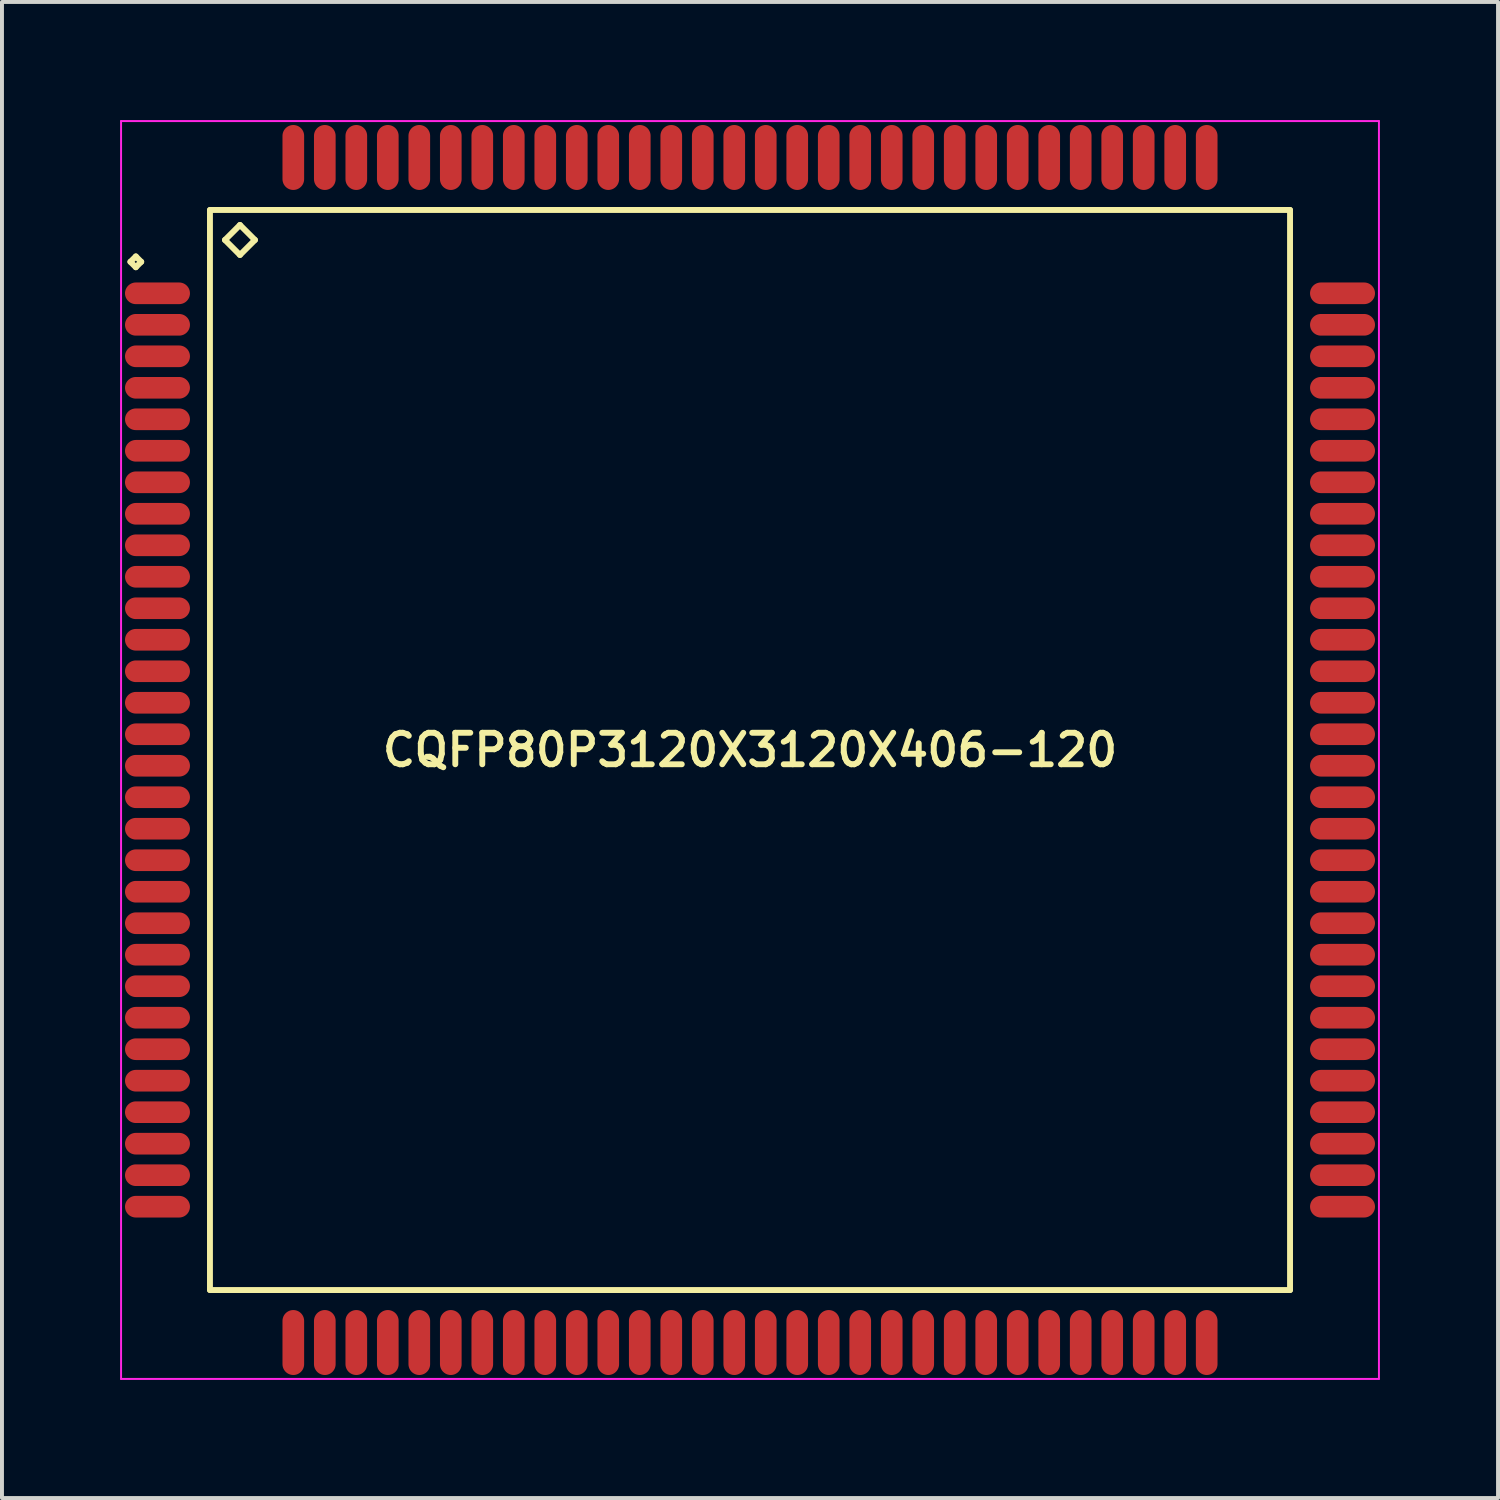
<source format=kicad_pcb>
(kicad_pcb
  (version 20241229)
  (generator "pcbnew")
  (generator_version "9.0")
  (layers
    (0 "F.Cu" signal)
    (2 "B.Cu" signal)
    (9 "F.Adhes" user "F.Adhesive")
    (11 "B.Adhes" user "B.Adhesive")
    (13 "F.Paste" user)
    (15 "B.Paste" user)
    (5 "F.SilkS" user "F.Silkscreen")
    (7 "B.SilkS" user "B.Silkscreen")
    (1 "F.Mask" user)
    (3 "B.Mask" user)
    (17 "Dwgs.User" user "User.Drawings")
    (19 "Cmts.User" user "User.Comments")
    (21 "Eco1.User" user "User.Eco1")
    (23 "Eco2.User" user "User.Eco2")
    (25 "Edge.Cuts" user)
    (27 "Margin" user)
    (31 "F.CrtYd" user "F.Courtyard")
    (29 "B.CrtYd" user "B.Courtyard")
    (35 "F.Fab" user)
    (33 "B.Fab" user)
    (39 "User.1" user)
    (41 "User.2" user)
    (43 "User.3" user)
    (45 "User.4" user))
  (footprint "CQFP80P3120X3120X406-120"
    (layer "F.Cu")
    (at 16 16)
    (property "Reference" "CQFP80P3120X3120X406-120" (at 0 0 0) (layer "F.SilkS") (effects (font (size 0.8 0.8) (thickness 0.15))))
    (attr smd)
    (fp_line (start -15.738 -12.4) (end -15.6 -12.537) (stroke (width 0.15) (type solid)) (layer "F.SilkS"))
    (fp_line (start -15.6 -12.537) (end -15.463 -12.4) (stroke (width 0.15) (type solid)) (layer "F.SilkS"))
    (fp_line (start -15.6 -12.262) (end -15.738 -12.4) (stroke (width 0.15) (type solid)) (layer "F.SilkS"))
    (fp_line (start -15.463 -12.4) (end -15.6 -12.262) (stroke (width 0.15) (type solid)) (layer "F.SilkS"))
    (fp_line (start -13.717 -13.717) (end -13.717 13.717) (stroke (width 0.15) (type solid)) (layer "F.SilkS"))
    (fp_line (start -13.717 13.717) (end 13.717 13.717) (stroke (width 0.15) (type solid)) (layer "F.SilkS"))
    (fp_line (start -13.336 -12.955) (end -12.955 -13.336) (stroke (width 0.15) (type solid)) (layer "F.SilkS"))
    (fp_line (start -12.955 -13.336) (end -12.574 -12.955) (stroke (width 0.15) (type solid)) (layer "F.SilkS"))
    (fp_line (start -12.955 -12.574) (end -13.336 -12.955) (stroke (width 0.15) (type solid)) (layer "F.SilkS"))
    (fp_line (start -12.574 -12.955) (end -12.955 -12.574) (stroke (width 0.15) (type solid)) (layer "F.SilkS"))
    (fp_line (start 13.717 -13.717) (end -13.717 -13.717) (stroke (width 0.15) (type solid)) (layer "F.SilkS"))
    (fp_line (start 13.717 13.717) (end 13.717 -13.717) (stroke (width 0.15) (type solid)) (layer "F.SilkS"))
    (fp_line (start -15.975 -15.975) (end 15.975 -15.975) (stroke (width 0.05) (type solid)) (layer "F.CrtYd"))
    (fp_line (start -15.975 15.975) (end -15.975 -15.975) (stroke (width 0.05) (type solid)) (layer "F.CrtYd"))
    (fp_line (start 15.975 -15.975) (end 15.975 15.975) (stroke (width 0.05) (type solid)) (layer "F.CrtYd"))
    (fp_line (start 15.975 15.975) (end -15.975 15.975) (stroke (width 0.05) (type solid)) (layer "F.CrtYd"))
    (pad "1" smd oval (at -15.05 -11.6) (size 1.65 0.55) (layers "F.Cu" "F.Mask" "F.Paste"))
    (pad "2" smd oval (at -15.05 -10.8) (size 1.65 0.55) (layers "F.Cu" "F.Mask" "F.Paste"))
    (pad "3" smd oval (at -15.05 -10) (size 1.65 0.55) (layers "F.Cu" "F.Mask" "F.Paste"))
    (pad "4" smd oval (at -15.05 -9.2) (size 1.65 0.55) (layers "F.Cu" "F.Mask" "F.Paste"))
    (pad "5" smd oval (at -15.05 -8.4) (size 1.65 0.55) (layers "F.Cu" "F.Mask" "F.Paste"))
    (pad "6" smd oval (at -15.05 -7.6) (size 1.65 0.55) (layers "F.Cu" "F.Mask" "F.Paste"))
    (pad "7" smd oval (at -15.05 -6.8) (size 1.65 0.55) (layers "F.Cu" "F.Mask" "F.Paste"))
    (pad "8" smd oval (at -15.05 -6) (size 1.65 0.55) (layers "F.Cu" "F.Mask" "F.Paste"))
    (pad "9" smd oval (at -15.05 -5.2) (size 1.65 0.55) (layers "F.Cu" "F.Mask" "F.Paste"))
    (pad "10" smd oval (at -15.05 -4.4) (size 1.65 0.55) (layers "F.Cu" "F.Mask" "F.Paste"))
    (pad "11" smd oval (at -15.05 -3.6) (size 1.65 0.55) (layers "F.Cu" "F.Mask" "F.Paste"))
    (pad "12" smd oval (at -15.05 -2.8) (size 1.65 0.55) (layers "F.Cu" "F.Mask" "F.Paste"))
    (pad "13" smd oval (at -15.05 -2) (size 1.65 0.55) (layers "F.Cu" "F.Mask" "F.Paste"))
    (pad "14" smd oval (at -15.05 -1.2) (size 1.65 0.55) (layers "F.Cu" "F.Mask" "F.Paste"))
    (pad "15" smd oval (at -15.05 -0.4) (size 1.65 0.55) (layers "F.Cu" "F.Mask" "F.Paste"))
    (pad "16" smd oval (at -15.05 0.4) (size 1.65 0.55) (layers "F.Cu" "F.Mask" "F.Paste"))
    (pad "17" smd oval (at -15.05 1.2) (size 1.65 0.55) (layers "F.Cu" "F.Mask" "F.Paste"))
    (pad "18" smd oval (at -15.05 2) (size 1.65 0.55) (layers "F.Cu" "F.Mask" "F.Paste"))
    (pad "19" smd oval (at -15.05 2.8) (size 1.65 0.55) (layers "F.Cu" "F.Mask" "F.Paste"))
    (pad "20" smd oval (at -15.05 3.6) (size 1.65 0.55) (layers "F.Cu" "F.Mask" "F.Paste"))
    (pad "21" smd oval (at -15.05 4.4) (size 1.65 0.55) (layers "F.Cu" "F.Mask" "F.Paste"))
    (pad "22" smd oval (at -15.05 5.2) (size 1.65 0.55) (layers "F.Cu" "F.Mask" "F.Paste"))
    (pad "23" smd oval (at -15.05 6) (size 1.65 0.55) (layers "F.Cu" "F.Mask" "F.Paste"))
    (pad "24" smd oval (at -15.05 6.8) (size 1.65 0.55) (layers "F.Cu" "F.Mask" "F.Paste"))
    (pad "25" smd oval (at -15.05 7.6) (size 1.65 0.55) (layers "F.Cu" "F.Mask" "F.Paste"))
    (pad "26" smd oval (at -15.05 8.4) (size 1.65 0.55) (layers "F.Cu" "F.Mask" "F.Paste"))
    (pad "27" smd oval (at -15.05 9.2) (size 1.65 0.55) (layers "F.Cu" "F.Mask" "F.Paste"))
    (pad "28" smd oval (at -15.05 10) (size 1.65 0.55) (layers "F.Cu" "F.Mask" "F.Paste"))
    (pad "29" smd oval (at -15.05 10.8) (size 1.65 0.55) (layers "F.Cu" "F.Mask" "F.Paste"))
    (pad "30" smd oval (at -15.05 11.6) (size 1.65 0.55) (layers "F.Cu" "F.Mask" "F.Paste"))
    (pad "31" smd oval (at -11.6 15.05) (size 0.55 1.65) (layers "F.Cu" "F.Mask" "F.Paste"))
    (pad "32" smd oval (at -10.8 15.05) (size 0.55 1.65) (layers "F.Cu" "F.Mask" "F.Paste"))
    (pad "33" smd oval (at -10 15.05) (size 0.55 1.65) (layers "F.Cu" "F.Mask" "F.Paste"))
    (pad "34" smd oval (at -9.2 15.05) (size 0.55 1.65) (layers "F.Cu" "F.Mask" "F.Paste"))
    (pad "35" smd oval (at -8.4 15.05) (size 0.55 1.65) (layers "F.Cu" "F.Mask" "F.Paste"))
    (pad "36" smd oval (at -7.6 15.05) (size 0.55 1.65) (layers "F.Cu" "F.Mask" "F.Paste"))
    (pad "37" smd oval (at -6.8 15.05) (size 0.55 1.65) (layers "F.Cu" "F.Mask" "F.Paste"))
    (pad "38" smd oval (at -6 15.05) (size 0.55 1.65) (layers "F.Cu" "F.Mask" "F.Paste"))
    (pad "39" smd oval (at -5.2 15.05) (size 0.55 1.65) (layers "F.Cu" "F.Mask" "F.Paste"))
    (pad "40" smd oval (at -4.4 15.05) (size 0.55 1.65) (layers "F.Cu" "F.Mask" "F.Paste"))
    (pad "41" smd oval (at -3.6 15.05) (size 0.55 1.65) (layers "F.Cu" "F.Mask" "F.Paste"))
    (pad "42" smd oval (at -2.8 15.05) (size 0.55 1.65) (layers "F.Cu" "F.Mask" "F.Paste"))
    (pad "43" smd oval (at -2 15.05) (size 0.55 1.65) (layers "F.Cu" "F.Mask" "F.Paste"))
    (pad "44" smd oval (at -1.2 15.05) (size 0.55 1.65) (layers "F.Cu" "F.Mask" "F.Paste"))
    (pad "45" smd oval (at -0.4 15.05) (size 0.55 1.65) (layers "F.Cu" "F.Mask" "F.Paste"))
    (pad "46" smd oval (at 0.4 15.05) (size 0.55 1.65) (layers "F.Cu" "F.Mask" "F.Paste"))
    (pad "47" smd oval (at 1.2 15.05) (size 0.55 1.65) (layers "F.Cu" "F.Mask" "F.Paste"))
    (pad "48" smd oval (at 2 15.05) (size 0.55 1.65) (layers "F.Cu" "F.Mask" "F.Paste"))
    (pad "49" smd oval (at 2.8 15.05) (size 0.55 1.65) (layers "F.Cu" "F.Mask" "F.Paste"))
    (pad "50" smd oval (at 3.6 15.05) (size 0.55 1.65) (layers "F.Cu" "F.Mask" "F.Paste"))
    (pad "51" smd oval (at 4.4 15.05) (size 0.55 1.65) (layers "F.Cu" "F.Mask" "F.Paste"))
    (pad "52" smd oval (at 5.2 15.05) (size 0.55 1.65) (layers "F.Cu" "F.Mask" "F.Paste"))
    (pad "53" smd oval (at 6 15.05) (size 0.55 1.65) (layers "F.Cu" "F.Mask" "F.Paste"))
    (pad "54" smd oval (at 6.8 15.05) (size 0.55 1.65) (layers "F.Cu" "F.Mask" "F.Paste"))
    (pad "55" smd oval (at 7.6 15.05) (size 0.55 1.65) (layers "F.Cu" "F.Mask" "F.Paste"))
    (pad "56" smd oval (at 8.4 15.05) (size 0.55 1.65) (layers "F.Cu" "F.Mask" "F.Paste"))
    (pad "57" smd oval (at 9.2 15.05) (size 0.55 1.65) (layers "F.Cu" "F.Mask" "F.Paste"))
    (pad "58" smd oval (at 10 15.05) (size 0.55 1.65) (layers "F.Cu" "F.Mask" "F.Paste"))
    (pad "59" smd oval (at 10.8 15.05) (size 0.55 1.65) (layers "F.Cu" "F.Mask" "F.Paste"))
    (pad "60" smd oval (at 11.6 15.05) (size 0.55 1.65) (layers "F.Cu" "F.Mask" "F.Paste"))
    (pad "61" smd oval (at 15.05 11.6) (size 1.65 0.55) (layers "F.Cu" "F.Mask" "F.Paste"))
    (pad "62" smd oval (at 15.05 10.8) (size 1.65 0.55) (layers "F.Cu" "F.Mask" "F.Paste"))
    (pad "63" smd oval (at 15.05 10) (size 1.65 0.55) (layers "F.Cu" "F.Mask" "F.Paste"))
    (pad "64" smd oval (at 15.05 9.2) (size 1.65 0.55) (layers "F.Cu" "F.Mask" "F.Paste"))
    (pad "65" smd oval (at 15.05 8.4) (size 1.65 0.55) (layers "F.Cu" "F.Mask" "F.Paste"))
    (pad "66" smd oval (at 15.05 7.6) (size 1.65 0.55) (layers "F.Cu" "F.Mask" "F.Paste"))
    (pad "67" smd oval (at 15.05 6.8) (size 1.65 0.55) (layers "F.Cu" "F.Mask" "F.Paste"))
    (pad "68" smd oval (at 15.05 6) (size 1.65 0.55) (layers "F.Cu" "F.Mask" "F.Paste"))
    (pad "69" smd oval (at 15.05 5.2) (size 1.65 0.55) (layers "F.Cu" "F.Mask" "F.Paste"))
    (pad "70" smd oval (at 15.05 4.4) (size 1.65 0.55) (layers "F.Cu" "F.Mask" "F.Paste"))
    (pad "71" smd oval (at 15.05 3.6) (size 1.65 0.55) (layers "F.Cu" "F.Mask" "F.Paste"))
    (pad "72" smd oval (at 15.05 2.8) (size 1.65 0.55) (layers "F.Cu" "F.Mask" "F.Paste"))
    (pad "73" smd oval (at 15.05 2) (size 1.65 0.55) (layers "F.Cu" "F.Mask" "F.Paste"))
    (pad "74" smd oval (at 15.05 1.2) (size 1.65 0.55) (layers "F.Cu" "F.Mask" "F.Paste"))
    (pad "75" smd oval (at 15.05 0.4) (size 1.65 0.55) (layers "F.Cu" "F.Mask" "F.Paste"))
    (pad "76" smd oval (at 15.05 -0.4) (size 1.65 0.55) (layers "F.Cu" "F.Mask" "F.Paste"))
    (pad "77" smd oval (at 15.05 -1.2) (size 1.65 0.55) (layers "F.Cu" "F.Mask" "F.Paste"))
    (pad "78" smd oval (at 15.05 -2) (size 1.65 0.55) (layers "F.Cu" "F.Mask" "F.Paste"))
    (pad "79" smd oval (at 15.05 -2.8) (size 1.65 0.55) (layers "F.Cu" "F.Mask" "F.Paste"))
    (pad "80" smd oval (at 15.05 -3.6) (size 1.65 0.55) (layers "F.Cu" "F.Mask" "F.Paste"))
    (pad "81" smd oval (at 15.05 -4.4) (size 1.65 0.55) (layers "F.Cu" "F.Mask" "F.Paste"))
    (pad "82" smd oval (at 15.05 -5.2) (size 1.65 0.55) (layers "F.Cu" "F.Mask" "F.Paste"))
    (pad "83" smd oval (at 15.05 -6) (size 1.65 0.55) (layers "F.Cu" "F.Mask" "F.Paste"))
    (pad "84" smd oval (at 15.05 -6.8) (size 1.65 0.55) (layers "F.Cu" "F.Mask" "F.Paste"))
    (pad "85" smd oval (at 15.05 -7.6) (size 1.65 0.55) (layers "F.Cu" "F.Mask" "F.Paste"))
    (pad "86" smd oval (at 15.05 -8.4) (size 1.65 0.55) (layers "F.Cu" "F.Mask" "F.Paste"))
    (pad "87" smd oval (at 15.05 -9.2) (size 1.65 0.55) (layers "F.Cu" "F.Mask" "F.Paste"))
    (pad "88" smd oval (at 15.05 -10) (size 1.65 0.55) (layers "F.Cu" "F.Mask" "F.Paste"))
    (pad "89" smd oval (at 15.05 -10.8) (size 1.65 0.55) (layers "F.Cu" "F.Mask" "F.Paste"))
    (pad "90" smd oval (at 15.05 -11.6) (size 1.65 0.55) (layers "F.Cu" "F.Mask" "F.Paste"))
    (pad "91" smd oval (at 11.6 -15.05) (size 0.55 1.65) (layers "F.Cu" "F.Mask" "F.Paste"))
    (pad "92" smd oval (at 10.8 -15.05) (size 0.55 1.65) (layers "F.Cu" "F.Mask" "F.Paste"))
    (pad "93" smd oval (at 10 -15.05) (size 0.55 1.65) (layers "F.Cu" "F.Mask" "F.Paste"))
    (pad "94" smd oval (at 9.2 -15.05) (size 0.55 1.65) (layers "F.Cu" "F.Mask" "F.Paste"))
    (pad "95" smd oval (at 8.4 -15.05) (size 0.55 1.65) (layers "F.Cu" "F.Mask" "F.Paste"))
    (pad "96" smd oval (at 7.6 -15.05) (size 0.55 1.65) (layers "F.Cu" "F.Mask" "F.Paste"))
    (pad "97" smd oval (at 6.8 -15.05) (size 0.55 1.65) (layers "F.Cu" "F.Mask" "F.Paste"))
    (pad "98" smd oval (at 6 -15.05) (size 0.55 1.65) (layers "F.Cu" "F.Mask" "F.Paste"))
    (pad "99" smd oval (at 5.2 -15.05) (size 0.55 1.65) (layers "F.Cu" "F.Mask" "F.Paste"))
    (pad "100" smd oval (at 4.4 -15.05) (size 0.55 1.65) (layers "F.Cu" "F.Mask" "F.Paste"))
    (pad "101" smd oval (at 3.6 -15.05) (size 0.55 1.65) (layers "F.Cu" "F.Mask" "F.Paste"))
    (pad "102" smd oval (at 2.8 -15.05) (size 0.55 1.65) (layers "F.Cu" "F.Mask" "F.Paste"))
    (pad "103" smd oval (at 2 -15.05) (size 0.55 1.65) (layers "F.Cu" "F.Mask" "F.Paste"))
    (pad "104" smd oval (at 1.2 -15.05) (size 0.55 1.65) (layers "F.Cu" "F.Mask" "F.Paste"))
    (pad "105" smd oval (at 0.4 -15.05) (size 0.55 1.65) (layers "F.Cu" "F.Mask" "F.Paste"))
    (pad "106" smd oval (at -0.4 -15.05) (size 0.55 1.65) (layers "F.Cu" "F.Mask" "F.Paste"))
    (pad "107" smd oval (at -1.2 -15.05) (size 0.55 1.65) (layers "F.Cu" "F.Mask" "F.Paste"))
    (pad "108" smd oval (at -2 -15.05) (size 0.55 1.65) (layers "F.Cu" "F.Mask" "F.Paste"))
    (pad "109" smd oval (at -2.8 -15.05) (size 0.55 1.65) (layers "F.Cu" "F.Mask" "F.Paste"))
    (pad "110" smd oval (at -3.6 -15.05) (size 0.55 1.65) (layers "F.Cu" "F.Mask" "F.Paste"))
    (pad "111" smd oval (at -4.4 -15.05) (size 0.55 1.65) (layers "F.Cu" "F.Mask" "F.Paste"))
    (pad "112" smd oval (at -5.2 -15.05) (size 0.55 1.65) (layers "F.Cu" "F.Mask" "F.Paste"))
    (pad "113" smd oval (at -6 -15.05) (size 0.55 1.65) (layers "F.Cu" "F.Mask" "F.Paste"))
    (pad "114" smd oval (at -6.8 -15.05) (size 0.55 1.65) (layers "F.Cu" "F.Mask" "F.Paste"))
    (pad "115" smd oval (at -7.6 -15.05) (size 0.55 1.65) (layers "F.Cu" "F.Mask" "F.Paste"))
    (pad "116" smd oval (at -8.4 -15.05) (size 0.55 1.65) (layers "F.Cu" "F.Mask" "F.Paste"))
    (pad "117" smd oval (at -9.2 -15.05) (size 0.55 1.65) (layers "F.Cu" "F.Mask" "F.Paste"))
    (pad "118" smd oval (at -10 -15.05) (size 0.55 1.65) (layers "F.Cu" "F.Mask" "F.Paste"))
    (pad "119" smd oval (at -10.8 -15.05) (size 0.55 1.65) (layers "F.Cu" "F.Mask" "F.Paste"))
    (pad "120" smd oval (at -11.6 -15.05) (size 0.55 1.65) (layers "F.Cu" "F.Mask" "F.Paste")))
  (gr_rect
    (start -3 -3)
    (end 35 35)
    (stroke (width 0.1) (type default))
    (fill no)
    (layer "Edge.Cuts")))
</source>
